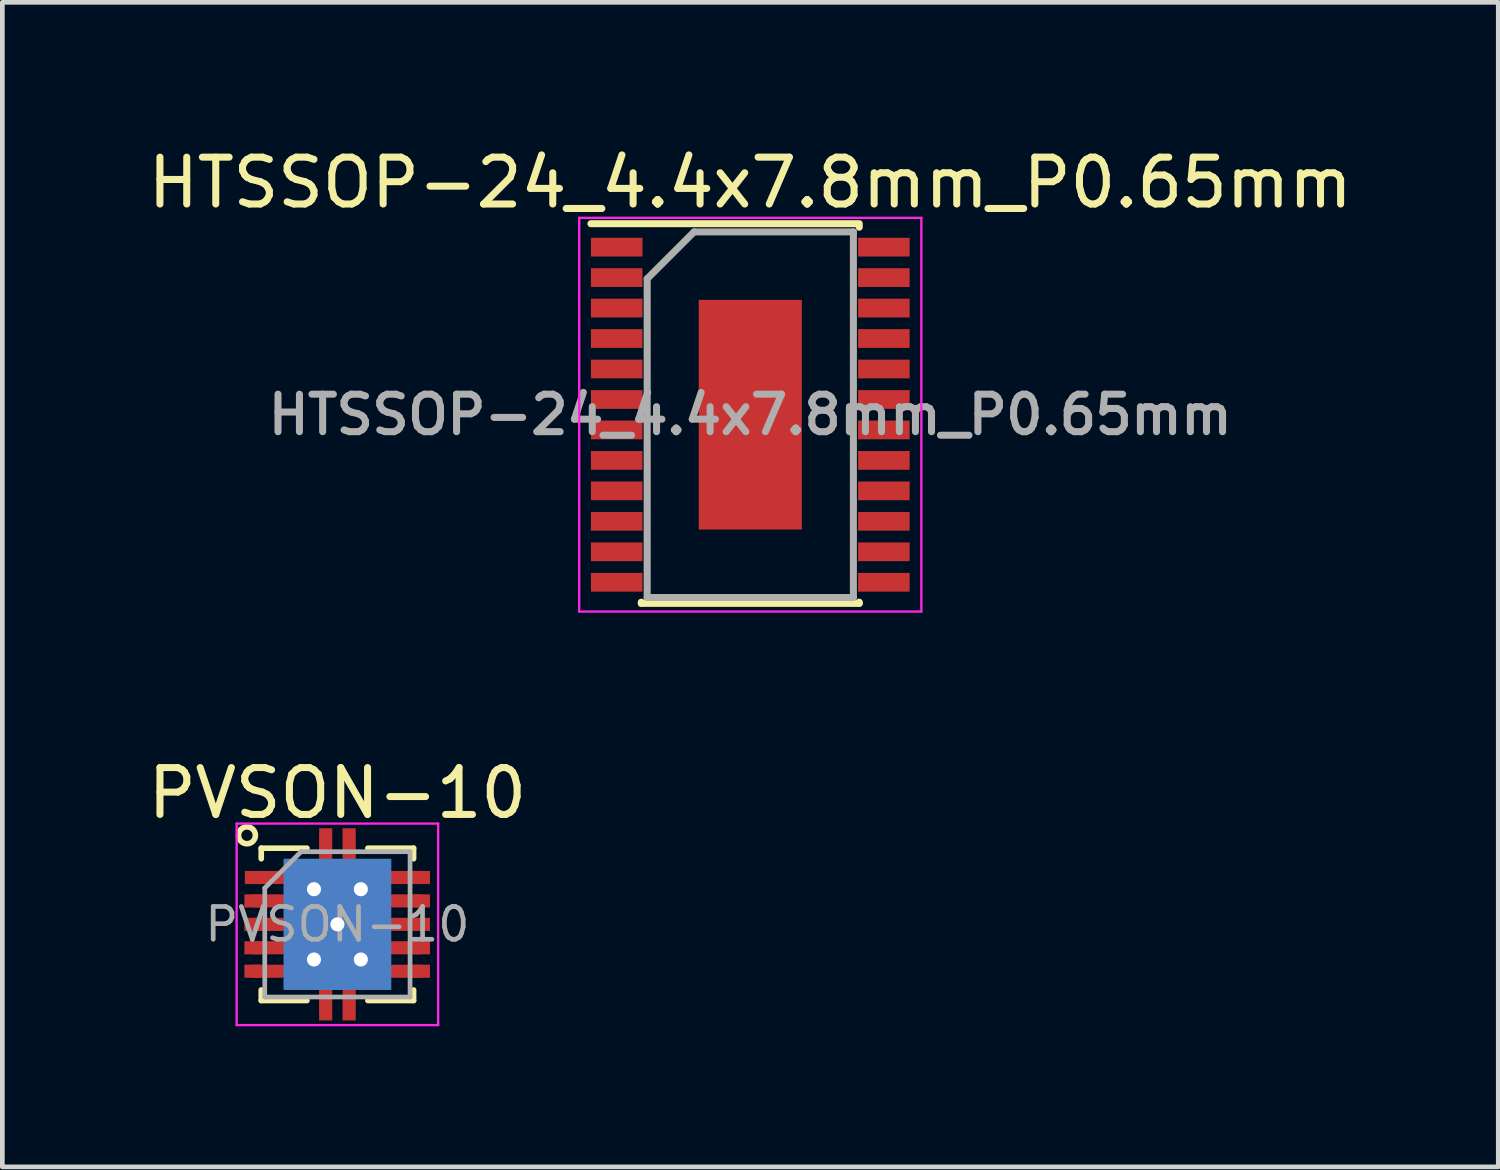
<source format=kicad_pcb>
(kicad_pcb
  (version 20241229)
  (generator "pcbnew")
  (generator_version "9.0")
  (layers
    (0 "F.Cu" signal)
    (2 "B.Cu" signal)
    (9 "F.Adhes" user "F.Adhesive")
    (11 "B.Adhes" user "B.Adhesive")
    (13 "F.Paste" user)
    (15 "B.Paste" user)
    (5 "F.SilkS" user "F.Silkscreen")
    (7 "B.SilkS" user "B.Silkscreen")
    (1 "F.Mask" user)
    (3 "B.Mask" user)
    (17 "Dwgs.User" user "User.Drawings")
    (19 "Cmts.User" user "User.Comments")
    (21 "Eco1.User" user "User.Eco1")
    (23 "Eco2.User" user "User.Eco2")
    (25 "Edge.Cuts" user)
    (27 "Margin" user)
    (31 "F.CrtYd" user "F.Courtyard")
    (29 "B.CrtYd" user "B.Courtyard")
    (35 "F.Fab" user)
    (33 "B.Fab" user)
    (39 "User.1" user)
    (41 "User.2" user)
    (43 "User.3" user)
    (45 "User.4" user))
  (footprint "PVSON-10"
    (layer "F.Cu")
    (at 4.149 16.672)
    (property "Reference" "PVSON-10" (at 0 -2.8 0) (layer "F.SilkS") (effects (font (size 1 1) (thickness 0.15))))
    (attr smd)
    (fp_line (start -1.625 -1.625) (end -0.65 -1.625) (stroke (width 0.12) (type solid)) (layer "F.SilkS"))
    (fp_line (start -1.625 -1.4) (end -1.625 -1.625) (stroke (width 0.12) (type solid)) (layer "F.SilkS"))
    (fp_line (start -1.625 1.625) (end -1.625 1.4) (stroke (width 0.12) (type solid)) (layer "F.SilkS"))
    (fp_line (start -1.625 1.625) (end -0.65 1.625) (stroke (width 0.12) (type solid)) (layer "F.SilkS"))
    (fp_line (start 0.65 -1.625) (end 1.625 -1.625) (stroke (width 0.12) (type solid)) (layer "F.SilkS"))
    (fp_line (start 0.65 1.625) (end 1.625 1.625) (stroke (width 0.12) (type solid)) (layer "F.SilkS"))
    (fp_line (start 1.625 -1.4) (end 1.625 -1.625) (stroke (width 0.12) (type solid)) (layer "F.SilkS"))
    (fp_line (start 1.625 1.4) (end 1.625 1.625) (stroke (width 0.12) (type solid)) (layer "F.SilkS"))
    (fp_circle (center -1.93 -1.9) (end -1.83 -2.05) (stroke (width 0.12) (type solid)) (fill no) (layer "F.SilkS"))
    (fp_line (start -2.15 -2.15) (end -2.15 2.15) (stroke (width 0.05) (type solid)) (layer "F.CrtYd"))
    (fp_line (start -2.15 -2.15) (end 2.15 -2.15) (stroke (width 0.05) (type solid)) (layer "F.CrtYd"))
    (fp_line (start -2.15 2.15) (end 2.15 2.15) (stroke (width 0.05) (type solid)) (layer "F.CrtYd"))
    (fp_line (start 2.15 -2.15) (end 2.15 2.15) (stroke (width 0.05) (type solid)) (layer "F.CrtYd"))
    (fp_line (start -1.55 1.55) (end -1.55 -0.775) (stroke (width 0.1) (type solid)) (layer "F.Fab"))
    (fp_line (start -0.775 -1.55) (end -1.55 -0.775) (stroke (width 0.1) (type solid)) (layer "F.Fab"))
    (fp_line (start -0.775 -1.55) (end 1.55 -1.55) (stroke (width 0.1) (type solid)) (layer "F.Fab"))
    (fp_line (start 1.55 -1.55) (end 1.55 1.55) (stroke (width 0.1) (type solid)) (layer "F.Fab"))
    (fp_line (start 1.55 1.55) (end -1.55 1.55) (stroke (width 0.1) (type solid)) (layer "F.Fab"))
    (fp_text user "${REFERENCE}" (at 0 0 0) (layer "F.Fab") (effects (font (size 0.7 0.7) (thickness 0.1))))
    (pad "1" smd rect (at -1.8 -1) (size 0.35 0.28) (layers "F.Cu" "F.Mask" "F.Paste"))
    (pad "1" smd oval (at -1.475 -1) (size 0.85 0.28) (layers "F.Cu" "F.Mask" "F.Paste"))
    (pad "2" smd rect (at -1.81 -0.5) (size 0.35 0.28) (layers "F.Cu" "F.Mask" "F.Paste"))
    (pad "2" smd oval (at -1.475 -0.5) (size 0.85 0.28) (layers "F.Cu" "F.Mask" "F.Paste"))
    (pad "3" smd rect (at -1.81 0) (size 0.35 0.28) (layers "F.Cu" "F.Mask" "F.Paste"))
    (pad "3" smd oval (at -1.475 0) (size 0.85 0.28) (layers "F.Cu" "F.Mask" "F.Paste"))
    (pad "4" smd rect (at -1.81 0.5) (size 0.35 0.28) (layers "F.Cu" "F.Mask" "F.Paste"))
    (pad "4" smd oval (at -1.475 0.5) (size 0.85 0.28) (layers "F.Cu" "F.Mask" "F.Paste"))
    (pad "5" smd rect (at -1.81 1) (size 0.35 0.28) (layers "F.Cu" "F.Mask" "F.Paste"))
    (pad "5" smd oval (at -1.475 1) (size 0.85 0.28) (layers "F.Cu" "F.Mask" "F.Paste"))
    (pad "6" smd oval (at 1.475 1) (size 0.85 0.28) (layers "F.Cu" "F.Mask" "F.Paste"))
    (pad "6" smd rect (at 1.8 1) (size 0.35 0.28) (layers "F.Cu" "F.Mask" "F.Paste"))
    (pad "7" smd oval (at 1.475 0.5) (size 0.85 0.28) (layers "F.Cu" "F.Mask" "F.Paste"))
    (pad "7" smd rect (at 1.8 0.5) (size 0.35 0.28) (layers "F.Cu" "F.Mask" "F.Paste"))
    (pad "8" smd oval (at 1.475 0) (size 0.85 0.28) (layers "F.Cu" "F.Mask" "F.Paste"))
    (pad "8" smd rect (at 1.8 0) (size 0.35 0.28) (layers "F.Cu" "F.Mask" "F.Paste"))
    (pad "9" smd oval (at 1.475 -0.5) (size 0.85 0.28) (layers "F.Cu" "F.Mask" "F.Paste"))
    (pad "9" smd rect (at 1.8 -0.5) (size 0.35 0.28) (layers "F.Cu" "F.Mask" "F.Paste"))
    (pad "10" smd oval (at 1.475 -1) (size 0.85 0.28) (layers "F.Cu" "F.Mask" "F.Paste"))
    (pad "10" smd rect (at 1.8 -1) (size 0.35 0.28) (layers "F.Cu" "F.Mask" "F.Paste"))
    (pad "11" thru_hole circle (at -0.5 -0.75) (size 0.6 0.6) (drill 0.3) (layers "*.Cu" "*.Mask"))
    (pad "11" thru_hole circle (at -0.5 0.75) (size 0.6 0.6) (drill 0.3) (layers "*.Cu" "*.Mask"))
    (pad "11" smd rect (at -0.45 -0.635) (size 0.68 1.05) (layers "F.Cu" "F.Mask" "F.Paste"))
    (pad "11" smd rect (at -0.45 0.635) (size 0.68 1.05) (layers "F.Cu" "F.Mask" "F.Paste"))
    (pad "11" smd rect (at -0.25 -1.63) (size 0.26 0.5) (layers "F.Cu" "F.Mask" "F.Paste"))
    (pad "11" smd rect (at -0.25 -1.55) (size 0.28 1) (layers "F.Cu" "F.Mask"))
    (pad "11" smd rect (at -0.25 1.55) (size 0.28 1) (layers "F.Cu" "F.Mask"))
    (pad "11" smd rect (at -0.25 1.63) (size 0.26 0.5) (layers "F.Cu" "F.Mask" "F.Paste"))
    (pad "11" thru_hole circle (at 0 0) (size 0.6 0.6) (drill 0.3) (layers "*.Cu" "*.Mask"))
    (pad "11" smd rect (at 0 0) (size 1.65 2.4) (layers "F.Cu" "F.Mask"))
    (pad "11" smd rect (at 0 0) (size 2.3 2.8) (layers "B.Cu"))
    (pad "11" smd rect (at 0.25 -1.63) (size 0.26 0.5) (layers "F.Cu" "F.Mask" "F.Paste"))
    (pad "11" smd rect (at 0.25 -1.55) (size 0.28 1) (layers "F.Cu" "F.Mask"))
    (pad "11" smd rect (at 0.25 1.55) (size 0.28 1) (layers "F.Cu" "F.Mask"))
    (pad "11" smd rect (at 0.25 1.63) (size 0.26 0.5) (layers "F.Cu" "F.Mask" "F.Paste"))
    (pad "11" smd rect (at 0.45 -0.635) (size 0.68 1.05) (layers "F.Cu" "F.Mask" "F.Paste"))
    (pad "11" smd rect (at 0.45 0.635) (size 0.68 1.05) (layers "F.Cu" "F.Mask" "F.Paste"))
    (pad "11" thru_hole circle (at 0.5 -0.75) (size 0.6 0.6) (drill 0.3) (layers "*.Cu" "*.Mask"))
    (pad "11" thru_hole circle (at 0.5 0.75) (size 0.6 0.6) (drill 0.3) (layers "*.Cu" "*.Mask")))
  (footprint "HTSSOP-24_4.4x7.8mm_P0.65mm"
    (layer "F.Cu")
    (at 12.958 5.798)
    (property "Reference" "HTSSOP-24_4.4x7.8mm_P0.65mm" (at 0 -4.95 0) (layer "F.SilkS") (effects (font (size 1 1) (thickness 0.15))))
    (attr smd)
    (fp_line (start -3.4 -4.075) (end 2.325 -4.075) (stroke (width 0.15) (type solid)) (layer "F.SilkS"))
    (fp_line (start -2.325 4.025) (end -2.325 4) (stroke (width 0.15) (type solid)) (layer "F.SilkS"))
    (fp_line (start -2.325 4.025) (end 2.325 4.025) (stroke (width 0.15) (type solid)) (layer "F.SilkS"))
    (fp_line (start 2.325 -4.025) (end 2.325 -4) (stroke (width 0.15) (type solid)) (layer "F.SilkS"))
    (fp_line (start 2.325 4.025) (end 2.325 4) (stroke (width 0.15) (type solid)) (layer "F.SilkS"))
    (fp_line (start -3.65 -4.2) (end -3.65 4.2) (stroke (width 0.05) (type solid)) (layer "F.CrtYd"))
    (fp_line (start -3.65 -4.2) (end 3.65 -4.2) (stroke (width 0.05) (type solid)) (layer "F.CrtYd"))
    (fp_line (start -3.65 4.2) (end 3.65 4.2) (stroke (width 0.05) (type solid)) (layer "F.CrtYd"))
    (fp_line (start 3.65 -4.2) (end 3.65 4.2) (stroke (width 0.05) (type solid)) (layer "F.CrtYd"))
    (fp_line (start -2.2 -2.9) (end -1.2 -3.9) (stroke (width 0.15) (type solid)) (layer "F.Fab"))
    (fp_line (start -2.2 3.9) (end -2.2 -2.9) (stroke (width 0.15) (type solid)) (layer "F.Fab"))
    (fp_line (start -1.2 -3.9) (end 2.2 -3.9) (stroke (width 0.15) (type solid)) (layer "F.Fab"))
    (fp_line (start 2.2 -3.9) (end 2.2 3.9) (stroke (width 0.15) (type solid)) (layer "F.Fab"))
    (fp_line (start 2.2 3.9) (end -2.2 3.9) (stroke (width 0.15) (type solid)) (layer "F.Fab"))
    (fp_text user "${REFERENCE}" (at 0 0 0) (layer "F.Fab") (effects (font (size 0.8 0.8) (thickness 0.15))))
    (pad "1" smd rect (at -2.85 -3.575) (size 1.1 0.4) (layers "F.Cu" "F.Mask" "F.Paste"))
    (pad "2" smd rect (at -2.85 -2.925) (size 1.1 0.4) (layers "F.Cu" "F.Mask" "F.Paste"))
    (pad "3" smd rect (at -2.85 -2.275) (size 1.1 0.4) (layers "F.Cu" "F.Mask" "F.Paste"))
    (pad "4" smd rect (at -2.85 -1.625) (size 1.1 0.4) (layers "F.Cu" "F.Mask" "F.Paste"))
    (pad "5" smd rect (at -2.85 -0.975) (size 1.1 0.4) (layers "F.Cu" "F.Mask" "F.Paste"))
    (pad "6" smd rect (at -2.85 -0.325) (size 1.1 0.4) (layers "F.Cu" "F.Mask" "F.Paste"))
    (pad "7" smd rect (at -2.85 0.325) (size 1.1 0.4) (layers "F.Cu" "F.Mask" "F.Paste"))
    (pad "8" smd rect (at -2.85 0.975) (size 1.1 0.4) (layers "F.Cu" "F.Mask" "F.Paste"))
    (pad "9" smd rect (at -2.85 1.625) (size 1.1 0.4) (layers "F.Cu" "F.Mask" "F.Paste"))
    (pad "10" smd rect (at -2.85 2.275) (size 1.1 0.4) (layers "F.Cu" "F.Mask" "F.Paste"))
    (pad "11" smd rect (at -2.85 2.925) (size 1.1 0.4) (layers "F.Cu" "F.Mask" "F.Paste"))
    (pad "12" smd rect (at -2.85 3.575) (size 1.1 0.4) (layers "F.Cu" "F.Mask" "F.Paste"))
    (pad "13" smd rect (at 2.85 3.575) (size 1.1 0.4) (layers "F.Cu" "F.Mask" "F.Paste"))
    (pad "14" smd rect (at 2.85 2.925) (size 1.1 0.4) (layers "F.Cu" "F.Mask" "F.Paste"))
    (pad "15" smd rect (at 2.85 2.275) (size 1.1 0.4) (layers "F.Cu" "F.Mask" "F.Paste"))
    (pad "16" smd rect (at 2.85 1.625) (size 1.1 0.4) (layers "F.Cu" "F.Mask" "F.Paste"))
    (pad "17" smd rect (at 2.85 0.975) (size 1.1 0.4) (layers "F.Cu" "F.Mask" "F.Paste"))
    (pad "18" smd rect (at 2.85 0.325) (size 1.1 0.4) (layers "F.Cu" "F.Mask" "F.Paste"))
    (pad "19" smd rect (at 2.85 -0.325) (size 1.1 0.4) (layers "F.Cu" "F.Mask" "F.Paste"))
    (pad "20" smd rect (at 2.85 -0.975) (size 1.1 0.4) (layers "F.Cu" "F.Mask" "F.Paste"))
    (pad "21" smd rect (at 2.85 -1.625) (size 1.1 0.4) (layers "F.Cu" "F.Mask" "F.Paste"))
    (pad "22" smd rect (at 2.85 -2.275) (size 1.1 0.4) (layers "F.Cu" "F.Mask" "F.Paste"))
    (pad "23" smd rect (at 2.85 -2.925) (size 1.1 0.4) (layers "F.Cu" "F.Mask" "F.Paste"))
    (pad "24" smd rect (at 2.85 -3.575) (size 1.1 0.4) (layers "F.Cu" "F.Mask" "F.Paste"))
    (pad "25" smd rect (at 0 0) (size 2.2 4.9) (layers "F.Cu" "F.Mask" "F.Paste")))
  (gr_rect
    (start -3 -3)
    (end 28.917 21.846)
    (stroke (width 0.1) (type default))
    (fill no)
    (layer "Edge.Cuts")))
</source>
